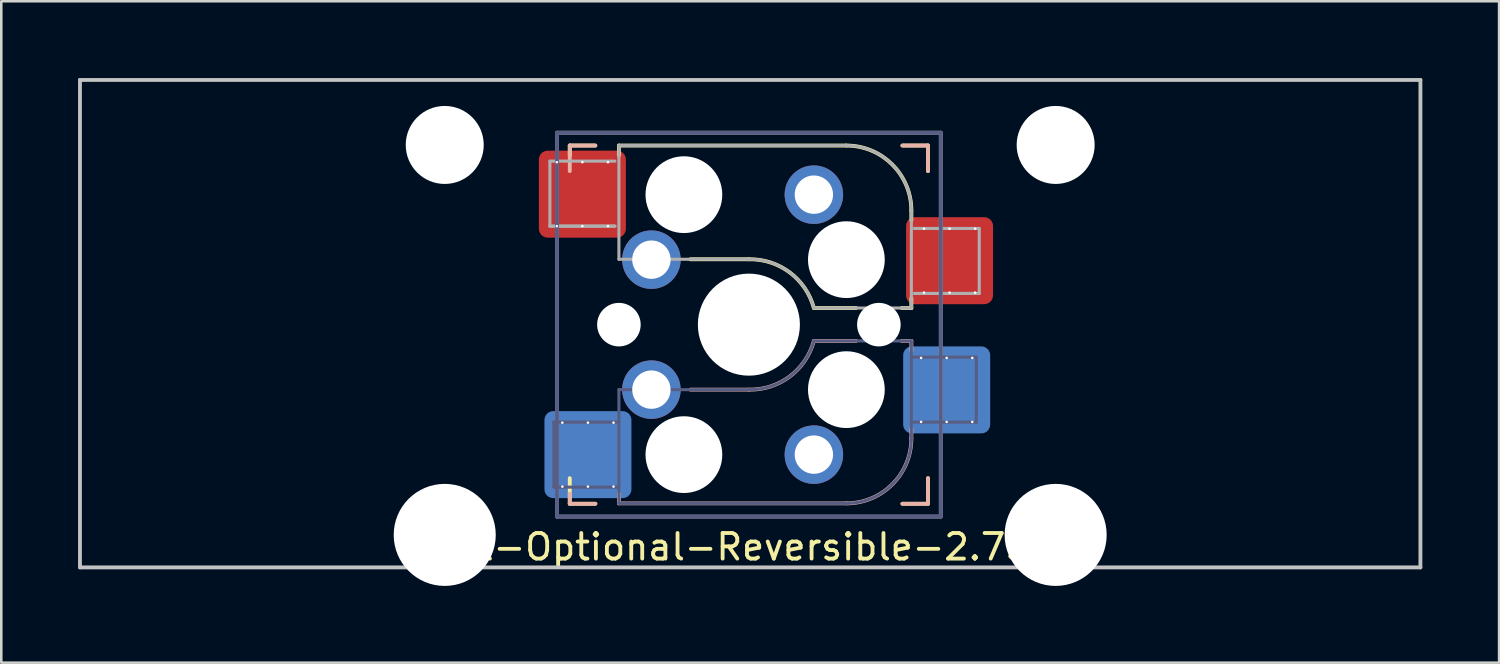
<source format=kicad_pcb>
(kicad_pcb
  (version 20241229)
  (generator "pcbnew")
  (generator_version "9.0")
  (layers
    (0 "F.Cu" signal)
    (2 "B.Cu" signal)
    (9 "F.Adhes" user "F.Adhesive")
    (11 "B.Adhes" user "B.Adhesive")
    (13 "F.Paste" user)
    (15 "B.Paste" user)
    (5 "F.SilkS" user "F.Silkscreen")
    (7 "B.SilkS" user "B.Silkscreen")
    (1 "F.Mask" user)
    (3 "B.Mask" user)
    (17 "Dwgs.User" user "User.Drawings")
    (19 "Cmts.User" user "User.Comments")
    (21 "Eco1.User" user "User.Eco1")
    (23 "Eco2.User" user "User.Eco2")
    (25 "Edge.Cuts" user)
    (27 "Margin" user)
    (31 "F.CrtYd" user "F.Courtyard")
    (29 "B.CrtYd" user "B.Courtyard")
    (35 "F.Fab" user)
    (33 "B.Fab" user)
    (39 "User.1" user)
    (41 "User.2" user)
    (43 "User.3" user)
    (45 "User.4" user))
  (footprint "MX-Optional-Reversible-2.75U"
    (layer "F.Cu")
    (at 26.269 9.6)
    (property "Reference" "MX-Optional-Reversible-2.75U" (at -0.077 8.726 180) (layer "F.SilkS") (effects (font (size 1 1) (thickness 0.15))))
    (attr smd)
    (fp_rect (start -8.258 -6.062) (end -4.858 -4.062) (stroke (width 0.1) (type solid)) (fill yes) (layer "F.Mask"))
    (fp_rect (start 6.092 -3.462) (end 9.492 -1.462) (stroke (width 0.1) (type solid)) (fill yes) (layer "F.Mask"))
    (fp_rect (start -8.041 4.118) (end -4.641 6.118) (stroke (width 0.1) (type solid)) (fill yes) (layer "B.Mask"))
    (fp_rect (start 5.979 1.588) (end 9.379 3.588) (stroke (width 0.1) (type solid)) (fill yes) (layer "B.Mask"))
    (fp_line (start -7.051 -6.962) (end -6.051 -6.962) (stroke (width 0.15) (type solid)) (layer "F.SilkS"))
    (fp_line (start -7.051 -6.566) (end -7.051 -6.962) (stroke (width 0.15) (type solid)) (layer "F.SilkS"))
    (fp_line (start -7.051 7.038) (end -7.051 6.038) (stroke (width 0.15) (type solid)) (layer "F.SilkS"))
    (fp_line (start -6.051 7.038) (end -7.051 7.038) (stroke (width 0.15) (type solid)) (layer "F.SilkS"))
    (fp_line (start -5.131 -6.581) (end -5.131 -6.962) (stroke (width 0.15) (type solid)) (layer "F.SilkS"))
    (fp_line (start -2.337 -2.517) (end -0.051 -2.517) (stroke (width 0.15) (type solid)) (layer "F.SilkS"))
    (fp_line (start 2.489 -0.612) (end 4.14 -0.612) (stroke (width 0.15) (type solid)) (layer "F.SilkS"))
    (fp_line (start 3.759 -6.962) (end -5.131 -6.962) (stroke (width 0.15) (type solid)) (layer "F.SilkS"))
    (fp_line (start 5.918 -0.612) (end 6.299 -0.612) (stroke (width 0.15) (type solid)) (layer "F.SilkS"))
    (fp_line (start 5.949 -6.962) (end 6.949 -6.962) (stroke (width 0.15) (type solid)) (layer "F.SilkS"))
    (fp_line (start 6.299 -4.041) (end 6.299 -4.422) (stroke (width 0.15) (type solid)) (layer "F.SilkS"))
    (fp_line (start 6.299 -0.612) (end 6.299 -0.993) (stroke (width 0.15) (type solid)) (layer "F.SilkS"))
    (fp_line (start 6.949 -6.962) (end 6.949 -5.962) (stroke (width 0.15) (type solid)) (layer "F.SilkS"))
    (fp_line (start 6.949 6.038) (end 6.949 7.038) (stroke (width 0.15) (type solid)) (layer "F.SilkS"))
    (fp_line (start 6.949 7.038) (end 5.949 7.038) (stroke (width 0.15) (type solid)) (layer "F.SilkS"))
    (fp_arc (start -0.05085 -2.51696) (mid 1.54712 -2.001754) (end 2.48915 -0.61196) (stroke (width 0.15) (type solid)) (layer "F.SilkS"))
    (fp_arc (start 3.75915 -6.96196) (mid 5.555201 -6.218011) (end 6.29915 -4.42196) (stroke (width 0.15) (type solid)) (layer "F.SilkS"))
    (fp_line (start -7.051 -6.962) (end -6.051 -6.962) (stroke (width 0.15) (type solid)) (layer "B.SilkS"))
    (fp_line (start -7.051 -5.962) (end -7.051 -6.962) (stroke (width 0.15) (type solid)) (layer "B.SilkS"))
    (fp_line (start -7.051 7.038) (end -7.051 6.642) (stroke (width 0.15) (type solid)) (layer "B.SilkS"))
    (fp_line (start -6.051 7.038) (end -7.051 7.038) (stroke (width 0.15) (type solid)) (layer "B.SilkS"))
    (fp_line (start -5.131 7.023) (end -5.131 6.642) (stroke (width 0.15) (type solid)) (layer "B.SilkS"))
    (fp_line (start -5.131 7.023) (end 3.759 7.023) (stroke (width 0.15) (type solid)) (layer "B.SilkS"))
    (fp_line (start -0.051 2.578) (end -2.337 2.578) (stroke (width 0.15) (type solid)) (layer "B.SilkS"))
    (fp_line (start 4.14 0.673) (end 2.489 0.673) (stroke (width 0.15) (type solid)) (layer "B.SilkS"))
    (fp_line (start 5.949 -6.962) (end 6.949 -6.962) (stroke (width 0.15) (type solid)) (layer "B.SilkS"))
    (fp_line (start 6.299 0.673) (end 5.918 0.673) (stroke (width 0.15) (type solid)) (layer "B.SilkS"))
    (fp_line (start 6.299 1.054) (end 6.299 0.673) (stroke (width 0.15) (type solid)) (layer "B.SilkS"))
    (fp_line (start 6.299 4.483) (end 6.299 4.102) (stroke (width 0.15) (type solid)) (layer "B.SilkS"))
    (fp_line (start 6.949 -6.962) (end 6.949 -5.962) (stroke (width 0.15) (type solid)) (layer "B.SilkS"))
    (fp_line (start 6.949 6.038) (end 6.949 7.038) (stroke (width 0.15) (type solid)) (layer "B.SilkS"))
    (fp_line (start 6.949 7.038) (end 5.949 7.038) (stroke (width 0.15) (type solid)) (layer "B.SilkS"))
    (fp_arc (start 2.48915 0.67304) (mid 1.547119 2.062831) (end -0.05085 2.57804) (stroke (width 0.15) (type solid)) (layer "B.SilkS"))
    (fp_arc (start 6.29915 4.48304) (mid 5.555201 6.279091) (end 3.75915 7.02304) (stroke (width 0.15) (type solid)) (layer "B.SilkS"))
    (fp_line (start -26.194 9.525) (end -26.194 -9.525) (stroke (width 0.15) (type solid)) (layer "Dwgs.User"))
    (fp_line (start 26.194 -9.525) (end -26.194 -9.525) (stroke (width 0.15) (type solid)) (layer "Dwgs.User"))
    (fp_line (start 26.194 9.525) (end -26.194 9.525) (stroke (width 0.15) (type solid)) (layer "Dwgs.User"))
    (fp_line (start 26.194 9.525) (end 26.194 -9.525) (stroke (width 0.15) (type solid)) (layer "Dwgs.User"))
    (fp_line (start -6.951 6.938) (end -6.951 -6.862) (stroke (width 0.15) (type solid)) (layer "Eco2.User"))
    (fp_line (start -6.951 6.938) (end 6.849 6.938) (stroke (width 0.15) (type solid)) (layer "Eco2.User"))
    (fp_line (start 6.849 -6.862) (end -6.951 -6.862) (stroke (width 0.15) (type solid)) (layer "Eco2.User"))
    (fp_line (start 6.849 -6.862) (end 6.849 6.938) (stroke (width 0.15) (type solid)) (layer "Eco2.User"))
    (fp_line (start -7.671 3.848) (end -7.671 6.388) (stroke (width 0.12) (type solid)) (layer "B.Fab"))
    (fp_line (start -7.671 6.388) (end -5.131 6.388) (stroke (width 0.12) (type solid)) (layer "B.Fab"))
    (fp_line (start -7.551 -7.462) (end 7.449 -7.462) (stroke (width 0.15) (type solid)) (layer "B.Fab"))
    (fp_line (start -7.551 7.538) (end -7.551 -7.462) (stroke (width 0.15) (type solid)) (layer "B.Fab"))
    (fp_line (start -5.131 2.578) (end -5.131 7.023) (stroke (width 0.12) (type solid)) (layer "B.Fab"))
    (fp_line (start -5.131 3.848) (end -7.671 3.848) (stroke (width 0.12) (type solid)) (layer "B.Fab"))
    (fp_line (start -5.131 7.023) (end 3.759 7.023) (stroke (width 0.12) (type solid)) (layer "B.Fab"))
    (fp_line (start -0.051 2.578) (end -5.131 2.578) (stroke (width 0.12) (type solid)) (layer "B.Fab"))
    (fp_line (start 6.299 0.673) (end 2.489 0.673) (stroke (width 0.12) (type solid)) (layer "B.Fab"))
    (fp_line (start 6.299 3.848) (end 8.839 3.848) (stroke (width 0.12) (type solid)) (layer "B.Fab"))
    (fp_line (start 6.299 4.483) (end 6.299 0.673) (stroke (width 0.12) (type solid)) (layer "B.Fab"))
    (fp_line (start 7.449 -7.462) (end 7.449 7.538) (stroke (width 0.15) (type solid)) (layer "B.Fab"))
    (fp_line (start 7.449 7.538) (end -7.551 7.538) (stroke (width 0.15) (type solid)) (layer "B.Fab"))
    (fp_line (start 8.839 1.308) (end 6.299 1.308) (stroke (width 0.12) (type solid)) (layer "B.Fab"))
    (fp_line (start 8.839 3.848) (end 8.839 1.308) (stroke (width 0.12) (type solid)) (layer "B.Fab"))
    (fp_arc (start 2.48915 0.67304) (mid 1.547119 2.062831) (end -0.05085 2.57804) (stroke (width 0.12) (type solid)) (layer "B.Fab"))
    (fp_arc (start 6.29915 4.48304) (mid 5.555201 6.279091) (end 3.75915 7.02304) (stroke (width 0.12) (type solid)) (layer "B.Fab"))
    (fp_line (start -7.828 -6.352) (end -7.828 -3.812) (stroke (width 0.12) (type solid)) (layer "F.Fab"))
    (fp_line (start -7.828 -3.812) (end -5.288 -3.812) (stroke (width 0.12) (type solid)) (layer "F.Fab"))
    (fp_line (start -7.828 -3.812) (end -5.288 -3.812) (stroke (width 0.12) (type solid)) (layer "F.Fab"))
    (fp_line (start -7.551 -7.462) (end 7.449 -7.462) (stroke (width 0.15) (type solid)) (layer "F.Fab"))
    (fp_line (start -7.551 7.538) (end -7.551 -7.462) (stroke (width 0.15) (type solid)) (layer "F.Fab"))
    (fp_line (start -5.288 -6.352) (end -7.828 -6.352) (stroke (width 0.12) (type solid)) (layer "F.Fab"))
    (fp_line (start -5.131 -6.962) (end -5.131 -2.517) (stroke (width 0.12) (type solid)) (layer "F.Fab"))
    (fp_line (start -5.131 -2.517) (end -0.051 -2.517) (stroke (width 0.12) (type solid)) (layer "F.Fab"))
    (fp_line (start 2.489 -0.612) (end 6.299 -0.612) (stroke (width 0.12) (type solid)) (layer "F.Fab"))
    (fp_line (start 3.759 -6.962) (end -5.131 -6.962) (stroke (width 0.12) (type solid)) (layer "F.Fab"))
    (fp_line (start 6.299 -0.612) (end 6.299 -4.422) (stroke (width 0.12) (type solid)) (layer "F.Fab"))
    (fp_line (start 6.412 -1.182) (end 8.952 -1.182) (stroke (width 0.12) (type solid)) (layer "F.Fab"))
    (fp_line (start 7.449 -7.462) (end 7.449 7.538) (stroke (width 0.15) (type solid)) (layer "F.Fab"))
    (fp_line (start 7.449 7.538) (end -7.551 7.538) (stroke (width 0.15) (type solid)) (layer "F.Fab"))
    (fp_line (start 8.952 -3.722) (end 6.412 -3.722) (stroke (width 0.12) (type solid)) (layer "F.Fab"))
    (fp_line (start 8.952 -1.182) (end 8.952 -3.722) (stroke (width 0.12) (type solid)) (layer "F.Fab"))
    (fp_arc (start -0.05085 -2.51696) (mid 1.547122 -2.001755) (end 2.48915 -0.61196) (stroke (width 0.12) (type solid)) (layer "F.Fab"))
    (fp_arc (start 3.75915 -6.96196) (mid 5.555201 -6.218011) (end 6.29915 -4.42196) (stroke (width 0.12) (type solid)) (layer "F.Fab"))
    (pad "" np_thru_hole circle (at -11.938 -6.985) (size 3.048 3.048) (drill 3.048) (layers "*.Cu" "*.Mask"))
    (pad "" np_thru_hole circle (at -11.938 8.255) (size 3.988 3.988) (drill 3.988) (layers "*.Cu" "*.Mask"))
    (pad "" np_thru_hole circle (at -5.131 0.038) (size 1.702 1.702) (drill 1.702) (layers "*.Cu" "*.Mask"))
    (pad "" np_thru_hole circle (at -2.591 -5.042) (size 3 3) (drill 3) (layers "*.Cu" "*.Mask"))
    (pad "" np_thru_hole circle (at -2.591 5.118) (size 3 3) (drill 3) (layers "*.Cu" "*.Mask"))
    (pad "" np_thru_hole circle (at -0.051 0.038) (size 3.988 3.988) (drill 3.988) (layers "*.Cu" "*.Mask"))
    (pad "" np_thru_hole circle (at 3.759 -2.502) (size 3 3) (drill 3) (layers "*.Cu" "*.Mask"))
    (pad "" np_thru_hole circle (at 3.759 2.578) (size 3 3) (drill 3) (layers "*.Cu" "*.Mask"))
    (pad "" np_thru_hole circle (at 5.029 0.038) (size 1.702 1.702) (drill 1.702) (layers "*.Cu" "*.Mask"))
    (pad "" np_thru_hole circle (at 11.938 -6.985) (size 3.048 3.048) (drill 3.048) (layers "*.Cu" "*.Mask"))
    (pad "" np_thru_hole circle (at 11.938 8.255) (size 3.988 3.988) (drill 3.988) (layers "*.Cu" "*.Mask"))
    (pad "1" thru_hole circle (at -7.558 -6.312 270) (size 0.1 0.1) (drill 0.3) (layers "*.Cu" "*.Mask"))
    (pad "1" thru_hole circle (at -7.558 -3.812 270) (size 0.1 0.1) (drill 0.3) (layers "*.Cu" "*.Mask"))
    (pad "1" thru_hole circle (at -7.341 3.868 270) (size 0.1 0.1) (drill 0.3) (layers "*.Cu" "*.Mask"))
    (pad "1" thru_hole circle (at -7.341 6.368 270) (size 0.1 0.1) (drill 0.3) (layers "*.Cu" "*.Mask"))
    (pad "1" thru_hole circle (at -6.558 -6.312 270) (size 0.1 0.1) (drill 0.3) (layers "*.Cu"))
    (pad "1" smd roundrect (at -6.558 -5.062 180) (size 3.4 3.4) (property pad_prop_bga) (layers "F.Cu" "F.Paste") (roundrect_rratio 0.1))
    (pad "1" thru_hole circle (at -6.558 -3.812 270) (size 0.1 0.1) (drill 0.3) (layers "*.Cu" "*.Mask"))
    (pad "1" thru_hole circle (at -6.341 3.868 270) (size 0.1 0.1) (drill 0.3) (layers "*.Cu"))
    (pad "1" smd roundrect (at -6.341 5.118) (size 3.4 3.4) (property pad_prop_bga) (layers "B.Cu" "B.Paste") (roundrect_rratio 0.1))
    (pad "1" thru_hole circle (at -6.341 6.368 270) (size 0.1 0.1) (drill 0.3) (layers "*.Cu" "*.Mask"))
    (pad "1" thru_hole circle (at -5.558 -6.312 270) (size 0.1 0.1) (drill 0.3) (layers "*.Cu"))
    (pad "1" thru_hole circle (at -5.558 -3.812 270) (size 0.1 0.1) (drill 0.3) (layers "*.Cu" "*.Mask"))
    (pad "1" thru_hole circle (at -5.341 3.868 270) (size 0.1 0.1) (drill 0.3) (layers "*.Cu"))
    (pad "1" thru_hole circle (at -5.341 6.368 270) (size 0.1 0.1) (drill 0.3) (layers "*.Cu" "*.Mask"))
    (pad "1" thru_hole circle (at -3.861 -2.502) (size 2.286 2.286) (drill 1.499) (layers "*.Cu" "*.Mask"))
    (pad "1" thru_hole circle (at -3.861 2.578) (size 2.286 2.286) (drill 1.499) (layers "*.Cu" "*.Mask"))
    (pad "2" thru_hole circle (at 2.489 -5.042) (size 2.286 2.286) (drill 1.499) (layers "*.Cu" "*.Mask"))
    (pad "2" thru_hole circle (at 2.489 5.118) (size 2.286 2.286) (drill 1.499) (layers "*.Cu" "*.Mask"))
    (pad "2" thru_hole circle (at 6.679 1.338 270) (size 0.1 0.1) (drill 0.3) (layers "*.Cu" "*.Mask"))
    (pad "2" thru_hole circle (at 6.679 3.838 270) (size 0.1 0.1) (drill 0.3) (layers "*.Cu" "*.Mask"))
    (pad "2" thru_hole circle (at 6.792 -3.712 270) (size 0.1 0.1) (drill 0.3) (layers "*.Cu" "*.Mask"))
    (pad "2" thru_hole circle (at 6.792 -1.212 270) (size 0.1 0.1) (drill 0.3) (layers "*.Cu" "*.Mask"))
    (pad "2" thru_hole circle (at 7.679 1.338 270) (size 0.1 0.1) (drill 0.3) (layers "*.Cu" "*.Mask"))
    (pad "2" smd roundrect (at 7.679 2.588) (size 3.4 3.4) (property pad_prop_bga) (layers "B.Cu" "B.Paste") (roundrect_rratio 0.1))
    (pad "2" thru_hole circle (at 7.679 3.838 270) (size 0.1 0.1) (drill 0.3) (layers "*.Cu"))
    (pad "2" thru_hole circle (at 7.792 -3.712 270) (size 0.1 0.1) (drill 0.3) (layers "*.Cu"))
    (pad "2" smd roundrect (at 7.792 -2.462 180) (size 3.4 3.4) (property pad_prop_bga) (layers "F.Cu" "F.Paste") (roundrect_rratio 0.1))
    (pad "2" thru_hole circle (at 7.792 -1.212 270) (size 0.1 0.1) (drill 0.3) (layers "*.Cu" "*.Mask"))
    (pad "2" thru_hole circle (at 8.679 1.338 270) (size 0.1 0.1) (drill 0.3) (layers "*.Cu" "*.Mask"))
    (pad "2" thru_hole circle (at 8.679 3.838 270) (size 0.1 0.1) (drill 0.3) (layers "*.Cu"))
    (pad "2" thru_hole circle (at 8.792 -3.712 270) (size 0.1 0.1) (drill 0.3) (layers "*.Cu"))
    (pad "2" thru_hole circle (at 8.792 -1.212 270) (size 0.1 0.1) (drill 0.3) (layers "*.Cu" "*.Mask")))
  (gr_rect
    (start -3 -3)
    (end 55.538 22.849)
    (stroke (width 0.1) (type default))
    (fill no)
    (layer "Edge.Cuts")))
</source>
